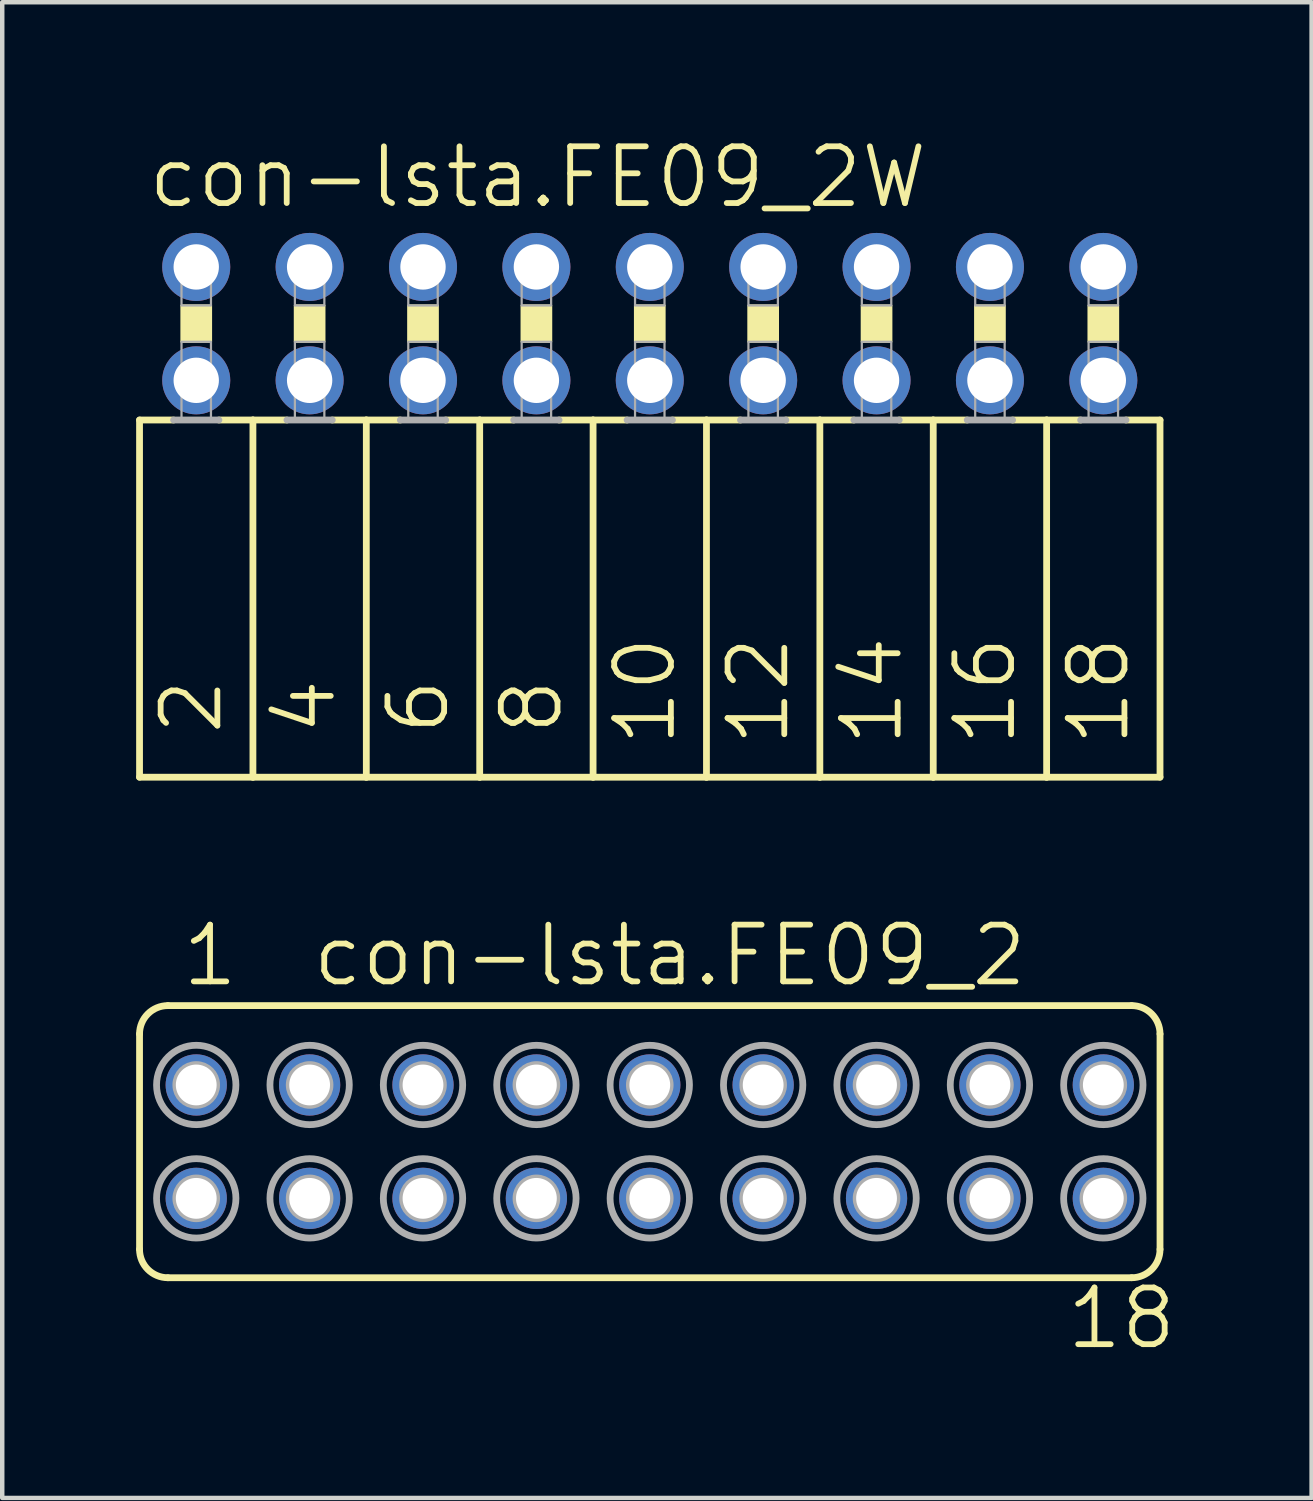
<source format=kicad_pcb>
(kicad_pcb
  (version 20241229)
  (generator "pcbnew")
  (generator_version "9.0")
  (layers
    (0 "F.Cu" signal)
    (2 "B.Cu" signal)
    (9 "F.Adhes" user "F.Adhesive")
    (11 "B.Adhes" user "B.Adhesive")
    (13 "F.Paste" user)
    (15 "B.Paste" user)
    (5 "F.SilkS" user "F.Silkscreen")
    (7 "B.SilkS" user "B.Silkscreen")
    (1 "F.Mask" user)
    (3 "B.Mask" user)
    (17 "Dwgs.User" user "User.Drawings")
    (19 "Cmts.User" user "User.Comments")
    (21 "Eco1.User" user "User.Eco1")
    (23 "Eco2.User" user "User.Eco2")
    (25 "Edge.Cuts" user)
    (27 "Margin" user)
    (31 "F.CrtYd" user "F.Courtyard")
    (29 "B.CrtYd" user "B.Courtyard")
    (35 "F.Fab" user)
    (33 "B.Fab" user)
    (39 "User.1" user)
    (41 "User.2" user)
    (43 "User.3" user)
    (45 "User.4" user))
  (footprint "con-lsta.FE09_2W"
    (layer "F.Cu")
    (at 11.506 4.2)
    (property "Reference" "con-lsta.FE09_2W" (at -11.303 -2.54 0) (layer "F.SilkS") (effects (font (size 1.27 1.27) (thickness 0.13)) (justify left bottom)))
    (attr through_hole)
    (fp_line (start -11.43 2.159) (end -11.43 10.16) (stroke (width 0.152) (type default)) (layer "F.SilkS"))
    (fp_line (start -11.43 2.159) (end -10.668 2.159) (stroke (width 0.152) (type default)) (layer "F.SilkS"))
    (fp_line (start -9.652 2.159) (end -8.89 2.159) (stroke (width 0.152) (type default)) (layer "F.SilkS"))
    (fp_line (start -8.89 2.159) (end -8.89 10.16) (stroke (width 0.152) (type default)) (layer "F.SilkS"))
    (fp_line (start -8.89 2.159) (end -8.128 2.159) (stroke (width 0.152) (type default)) (layer "F.SilkS"))
    (fp_line (start -8.89 10.16) (end -11.43 10.16) (stroke (width 0.152) (type default)) (layer "F.SilkS"))
    (fp_line (start -7.112 2.159) (end -6.35 2.159) (stroke (width 0.152) (type default)) (layer "F.SilkS"))
    (fp_line (start -6.35 2.159) (end -6.35 10.16) (stroke (width 0.152) (type default)) (layer "F.SilkS"))
    (fp_line (start -6.35 2.159) (end -5.588 2.159) (stroke (width 0.152) (type default)) (layer "F.SilkS"))
    (fp_line (start -6.35 10.16) (end -8.89 10.16) (stroke (width 0.152) (type default)) (layer "F.SilkS"))
    (fp_line (start -4.572 2.159) (end -3.81 2.159) (stroke (width 0.152) (type default)) (layer "F.SilkS"))
    (fp_line (start -3.81 2.159) (end -3.81 10.16) (stroke (width 0.152) (type default)) (layer "F.SilkS"))
    (fp_line (start -3.81 10.16) (end -6.35 10.16) (stroke (width 0.152) (type default)) (layer "F.SilkS"))
    (fp_line (start -3.048 2.159) (end -3.81 2.159) (stroke (width 0.152) (type default)) (layer "F.SilkS"))
    (fp_line (start -1.27 2.159) (end -2.032 2.159) (stroke (width 0.152) (type default)) (layer "F.SilkS"))
    (fp_line (start -1.27 2.159) (end -1.27 10.16) (stroke (width 0.152) (type default)) (layer "F.SilkS"))
    (fp_line (start -1.27 2.159) (end -0.508 2.159) (stroke (width 0.152) (type default)) (layer "F.SilkS"))
    (fp_line (start -1.27 10.16) (end -3.81 10.16) (stroke (width 0.152) (type default)) (layer "F.SilkS"))
    (fp_line (start 0.508 2.159) (end 1.27 2.159) (stroke (width 0.152) (type default)) (layer "F.SilkS"))
    (fp_line (start 1.27 2.159) (end 1.27 10.16) (stroke (width 0.152) (type default)) (layer "F.SilkS"))
    (fp_line (start 1.27 2.159) (end 2.032 2.159) (stroke (width 0.152) (type default)) (layer "F.SilkS"))
    (fp_line (start 1.27 10.16) (end -1.27 10.16) (stroke (width 0.152) (type default)) (layer "F.SilkS"))
    (fp_line (start 3.048 2.159) (end 3.81 2.159) (stroke (width 0.152) (type default)) (layer "F.SilkS"))
    (fp_line (start 3.81 2.159) (end 3.81 10.16) (stroke (width 0.152) (type default)) (layer "F.SilkS"))
    (fp_line (start 3.81 2.159) (end 4.572 2.159) (stroke (width 0.152) (type default)) (layer "F.SilkS"))
    (fp_line (start 3.81 10.16) (end 1.27 10.16) (stroke (width 0.152) (type default)) (layer "F.SilkS"))
    (fp_line (start 5.588 2.159) (end 6.35 2.159) (stroke (width 0.152) (type default)) (layer "F.SilkS"))
    (fp_line (start 6.35 2.159) (end 6.35 10.16) (stroke (width 0.152) (type default)) (layer "F.SilkS"))
    (fp_line (start 6.35 2.159) (end 7.112 2.159) (stroke (width 0.152) (type default)) (layer "F.SilkS"))
    (fp_line (start 6.35 10.16) (end 3.81 10.16) (stroke (width 0.152) (type default)) (layer "F.SilkS"))
    (fp_line (start 8.128 2.159) (end 8.89 2.159) (stroke (width 0.152) (type default)) (layer "F.SilkS"))
    (fp_line (start 8.89 2.159) (end 8.89 10.16) (stroke (width 0.152) (type default)) (layer "F.SilkS"))
    (fp_line (start 8.89 2.159) (end 9.652 2.159) (stroke (width 0.152) (type default)) (layer "F.SilkS"))
    (fp_line (start 8.89 10.16) (end 6.35 10.16) (stroke (width 0.152) (type default)) (layer "F.SilkS"))
    (fp_line (start 10.668 2.159) (end 11.43 2.159) (stroke (width 0.152) (type default)) (layer "F.SilkS"))
    (fp_line (start 11.43 2.159) (end 11.43 10.16) (stroke (width 0.152) (type default)) (layer "F.SilkS"))
    (fp_line (start 11.43 10.16) (end 8.89 10.16) (stroke (width 0.152) (type default)) (layer "F.SilkS"))
    (fp_rect (start -10.49 0.406) (end -9.83 -0.406) (stroke (width 0.05) (type default)) (fill yes) (layer "F.SilkS"))
    (fp_rect (start -7.95 0.406) (end -7.29 -0.406) (stroke (width 0.05) (type default)) (fill yes) (layer "F.SilkS"))
    (fp_rect (start -5.41 0.406) (end -4.75 -0.406) (stroke (width 0.05) (type default)) (fill yes) (layer "F.SilkS"))
    (fp_rect (start -2.87 0.406) (end -2.21 -0.406) (stroke (width 0.05) (type default)) (fill yes) (layer "F.SilkS"))
    (fp_rect (start -0.33 0.406) (end 0.33 -0.406) (stroke (width 0.05) (type default)) (fill yes) (layer "F.SilkS"))
    (fp_rect (start 2.21 0.406) (end 2.87 -0.406) (stroke (width 0.05) (type default)) (fill yes) (layer "F.SilkS"))
    (fp_rect (start 4.75 0.406) (end 5.41 -0.406) (stroke (width 0.05) (type default)) (fill yes) (layer "F.SilkS"))
    (fp_rect (start 7.29 0.406) (end 7.95 -0.406) (stroke (width 0.05) (type default)) (fill yes) (layer "F.SilkS"))
    (fp_rect (start 9.83 0.406) (end 10.49 -0.406) (stroke (width 0.05) (type default)) (fill yes) (layer "F.SilkS"))
    (fp_line (start -10.668 2.159) (end -9.652 2.159) (stroke (width 0.152) (type default)) (layer "F.Fab"))
    (fp_line (start -8.128 2.159) (end -7.112 2.159) (stroke (width 0.152) (type default)) (layer "F.Fab"))
    (fp_line (start -5.588 2.159) (end -4.572 2.159) (stroke (width 0.152) (type default)) (layer "F.Fab"))
    (fp_line (start -2.032 2.159) (end -3.048 2.159) (stroke (width 0.152) (type default)) (layer "F.Fab"))
    (fp_line (start -0.508 2.159) (end 0.508 2.159) (stroke (width 0.152) (type default)) (layer "F.Fab"))
    (fp_line (start 2.032 2.159) (end 3.048 2.159) (stroke (width 0.152) (type default)) (layer "F.Fab"))
    (fp_line (start 4.572 2.159) (end 5.588 2.159) (stroke (width 0.152) (type default)) (layer "F.Fab"))
    (fp_line (start 7.112 2.159) (end 8.128 2.159) (stroke (width 0.152) (type default)) (layer "F.Fab"))
    (fp_line (start 9.652 2.159) (end 10.668 2.159) (stroke (width 0.152) (type default)) (layer "F.Fab"))
    (fp_rect (start -10.49 -0.406) (end -9.83 -1.575) (stroke (width 0.05) (type default)) (fill no) (layer "F.Fab"))
    (fp_rect (start -10.49 2.134) (end -9.83 0.406) (stroke (width 0.05) (type default)) (fill no) (layer "F.Fab"))
    (fp_rect (start -7.95 -0.406) (end -7.29 -1.575) (stroke (width 0.05) (type default)) (fill no) (layer "F.Fab"))
    (fp_rect (start -7.95 2.134) (end -7.29 0.406) (stroke (width 0.05) (type default)) (fill no) (layer "F.Fab"))
    (fp_rect (start -5.41 -0.406) (end -4.75 -1.575) (stroke (width 0.05) (type default)) (fill no) (layer "F.Fab"))
    (fp_rect (start -5.41 2.134) (end -4.75 0.406) (stroke (width 0.05) (type default)) (fill no) (layer "F.Fab"))
    (fp_rect (start -2.87 -0.406) (end -2.21 -1.575) (stroke (width 0.05) (type default)) (fill no) (layer "F.Fab"))
    (fp_rect (start -2.87 2.134) (end -2.21 0.406) (stroke (width 0.05) (type default)) (fill no) (layer "F.Fab"))
    (fp_rect (start -0.33 -0.406) (end 0.33 -1.575) (stroke (width 0.05) (type default)) (fill no) (layer "F.Fab"))
    (fp_rect (start -0.33 2.134) (end 0.33 0.406) (stroke (width 0.05) (type default)) (fill no) (layer "F.Fab"))
    (fp_rect (start 2.21 -0.406) (end 2.87 -1.575) (stroke (width 0.05) (type default)) (fill no) (layer "F.Fab"))
    (fp_rect (start 2.21 2.134) (end 2.87 0.406) (stroke (width 0.05) (type default)) (fill no) (layer "F.Fab"))
    (fp_rect (start 4.75 -0.406) (end 5.41 -1.575) (stroke (width 0.05) (type default)) (fill no) (layer "F.Fab"))
    (fp_rect (start 4.75 2.134) (end 5.41 0.406) (stroke (width 0.05) (type default)) (fill no) (layer "F.Fab"))
    (fp_rect (start 7.29 -0.406) (end 7.95 -1.575) (stroke (width 0.05) (type default)) (fill no) (layer "F.Fab"))
    (fp_rect (start 7.29 2.134) (end 7.95 0.406) (stroke (width 0.05) (type default)) (fill no) (layer "F.Fab"))
    (fp_rect (start 9.83 -0.406) (end 10.49 -1.575) (stroke (width 0.05) (type default)) (fill no) (layer "F.Fab"))
    (fp_rect (start 9.83 2.134) (end 10.49 0.406) (stroke (width 0.05) (type default)) (fill no) (layer "F.Fab"))
    (fp_text user "8" (at -1.905 9.271 90) (layer "F.SilkS") (effects (font (size 1.27 1.27) (thickness 0.13)) (justify left bottom)))
    (fp_text user "10" (at 0.635 9.525 90) (layer "F.SilkS") (effects (font (size 1.27 1.27) (thickness 0.13)) (justify left bottom)))
    (fp_text user "6" (at -4.445 9.271 90) (layer "F.SilkS") (effects (font (size 1.27 1.27) (thickness 0.13)) (justify left bottom)))
    (fp_text user "18" (at 10.795 9.525 90) (layer "F.SilkS") (effects (font (size 1.27 1.27) (thickness 0.13)) (justify left bottom)))
    (fp_text user "4" (at -6.985 9.271 90) (layer "F.SilkS") (effects (font (size 1.27 1.27) (thickness 0.13)) (justify left bottom)))
    (fp_text user "12" (at 3.175 9.525 90) (layer "F.SilkS") (effects (font (size 1.27 1.27) (thickness 0.13)) (justify left bottom)))
    (fp_text user "2" (at -9.525 9.271 90) (layer "F.SilkS") (effects (font (size 1.27 1.27) (thickness 0.13)) (justify left bottom)))
    (fp_text user "16" (at 8.255 9.525 90) (layer "F.SilkS") (effects (font (size 1.27 1.27) (thickness 0.13)) (justify left bottom)))
    (fp_text user "14" (at 5.715 9.525 90) (layer "F.SilkS") (effects (font (size 1.27 1.27) (thickness 0.13)) (justify left bottom)))
    (pad "1" thru_hole circle (at -10.16 -1.27) (size 1.524 1.524) (drill 1.016) (layers "*.Cu" "*.Mask"))
    (pad "2" thru_hole circle (at -10.16 1.27) (size 1.524 1.524) (drill 1.016) (layers "*.Cu" "*.Mask"))
    (pad "3" thru_hole circle (at -7.62 -1.27) (size 1.524 1.524) (drill 1.016) (layers "*.Cu" "*.Mask"))
    (pad "4" thru_hole circle (at -7.62 1.27) (size 1.524 1.524) (drill 1.016) (layers "*.Cu" "*.Mask"))
    (pad "5" thru_hole circle (at -5.08 -1.27) (size 1.524 1.524) (drill 1.016) (layers "*.Cu" "*.Mask"))
    (pad "6" thru_hole circle (at -5.08 1.27) (size 1.524 1.524) (drill 1.016) (layers "*.Cu" "*.Mask"))
    (pad "7" thru_hole circle (at -2.54 -1.27) (size 1.524 1.524) (drill 1.016) (layers "*.Cu" "*.Mask"))
    (pad "8" thru_hole circle (at -2.54 1.27) (size 1.524 1.524) (drill 1.016) (layers "*.Cu" "*.Mask"))
    (pad "9" thru_hole circle (at 0 -1.27) (size 1.524 1.524) (drill 1.016) (layers "*.Cu" "*.Mask"))
    (pad "10" thru_hole circle (at 0 1.27) (size 1.524 1.524) (drill 1.016) (layers "*.Cu" "*.Mask"))
    (pad "11" thru_hole circle (at 2.54 -1.27) (size 1.524 1.524) (drill 1.016) (layers "*.Cu" "*.Mask"))
    (pad "12" thru_hole circle (at 2.54 1.27) (size 1.524 1.524) (drill 1.016) (layers "*.Cu" "*.Mask"))
    (pad "13" thru_hole circle (at 5.08 -1.27) (size 1.524 1.524) (drill 1.016) (layers "*.Cu" "*.Mask"))
    (pad "14" thru_hole circle (at 5.08 1.27) (size 1.524 1.524) (drill 1.016) (layers "*.Cu" "*.Mask"))
    (pad "15" thru_hole circle (at 7.62 -1.27) (size 1.524 1.524) (drill 1.016) (layers "*.Cu" "*.Mask"))
    (pad "16" thru_hole circle (at 7.62 1.27) (size 1.524 1.524) (drill 1.016) (layers "*.Cu" "*.Mask"))
    (pad "17" thru_hole circle (at 10.16 -1.27) (size 1.524 1.524) (drill 1.016) (layers "*.Cu" "*.Mask"))
    (pad "18" thru_hole circle (at 10.16 1.27) (size 1.524 1.524) (drill 1.016) (layers "*.Cu" "*.Mask")))
  (footprint "con-lsta.FE09_2"
    (layer "F.Cu")
    (at 11.506 22.525)
    (property "Reference" "con-lsta.FE09_2" (at -7.62 -3.429 0) (layer "F.SilkS") (effects (font (size 1.27 1.27) (thickness 0.13)) (justify left bottom)))
    (attr through_hole)
    (fp_line (start -11.43 2.413) (end -11.43 -2.413) (stroke (width 0.152) (type default)) (layer "F.SilkS"))
    (fp_line (start -10.795 -3.048) (end 10.795 -3.048) (stroke (width 0.152) (type default)) (layer "F.SilkS"))
    (fp_line (start -10.795 3.048) (end 10.795 3.048) (stroke (width 0.152) (type default)) (layer "F.SilkS"))
    (fp_line (start 11.43 2.413) (end 11.43 -2.413) (stroke (width 0.152) (type default)) (layer "F.SilkS"))
    (fp_arc (start -11.43 -2.413) (mid -11.244013 -2.862013) (end -10.795 -3.048) (stroke (width 0.1524) (type default)) (layer "F.SilkS"))
    (fp_arc (start -10.795 3.048) (mid -11.244013 2.862013) (end -11.43 2.413) (stroke (width 0.1524) (type default)) (layer "F.SilkS"))
    (fp_arc (start 10.795 -3.048) (mid 11.244013 -2.862013) (end 11.43 -2.413) (stroke (width 0.1524) (type default)) (layer "F.SilkS"))
    (fp_arc (start 11.43 2.413) (mid 11.244013 2.862013) (end 10.795 3.048) (stroke (width 0.1524) (type default)) (layer "F.SilkS"))
    (fp_circle (center -10.16 -1.27) (end -10.033 -1.27) (stroke (width 0.406) (type default)) (fill no) (layer "F.Fab"))
    (fp_circle (center -10.16 -1.27) (end -9.271 -1.27) (stroke (width 0.152) (type default)) (fill no) (layer "F.Fab"))
    (fp_circle (center -10.16 1.27) (end -10.033 1.27) (stroke (width 0.406) (type default)) (fill no) (layer "F.Fab"))
    (fp_circle (center -10.16 1.27) (end -9.271 1.27) (stroke (width 0.152) (type default)) (fill no) (layer "F.Fab"))
    (fp_circle (center -7.62 -1.27) (end -7.493 -1.27) (stroke (width 0.406) (type default)) (fill no) (layer "F.Fab"))
    (fp_circle (center -7.62 -1.27) (end -6.731 -1.27) (stroke (width 0.152) (type default)) (fill no) (layer "F.Fab"))
    (fp_circle (center -7.62 1.27) (end -7.493 1.27) (stroke (width 0.406) (type default)) (fill no) (layer "F.Fab"))
    (fp_circle (center -7.62 1.27) (end -6.731 1.27) (stroke (width 0.152) (type default)) (fill no) (layer "F.Fab"))
    (fp_circle (center -5.08 -1.27) (end -4.953 -1.27) (stroke (width 0.406) (type default)) (fill no) (layer "F.Fab"))
    (fp_circle (center -5.08 -1.27) (end -4.191 -1.27) (stroke (width 0.152) (type default)) (fill no) (layer "F.Fab"))
    (fp_circle (center -5.08 1.27) (end -4.953 1.27) (stroke (width 0.406) (type default)) (fill no) (layer "F.Fab"))
    (fp_circle (center -5.08 1.27) (end -4.191 1.27) (stroke (width 0.152) (type default)) (fill no) (layer "F.Fab"))
    (fp_circle (center -2.54 -1.27) (end -2.413 -1.27) (stroke (width 0.406) (type default)) (fill no) (layer "F.Fab"))
    (fp_circle (center -2.54 -1.27) (end -1.651 -1.27) (stroke (width 0.152) (type default)) (fill no) (layer "F.Fab"))
    (fp_circle (center -2.54 1.27) (end -2.413 1.27) (stroke (width 0.406) (type default)) (fill no) (layer "F.Fab"))
    (fp_circle (center -2.54 1.27) (end -1.651 1.27) (stroke (width 0.152) (type default)) (fill no) (layer "F.Fab"))
    (fp_circle (center 0 -1.27) (end 0.127 -1.27) (stroke (width 0.406) (type default)) (fill no) (layer "F.Fab"))
    (fp_circle (center 0 -1.27) (end 0.889 -1.27) (stroke (width 0.152) (type default)) (fill no) (layer "F.Fab"))
    (fp_circle (center 0 1.27) (end 0.127 1.27) (stroke (width 0.406) (type default)) (fill no) (layer "F.Fab"))
    (fp_circle (center 0 1.27) (end 0.889 1.27) (stroke (width 0.152) (type default)) (fill no) (layer "F.Fab"))
    (fp_circle (center 2.54 -1.27) (end 2.667 -1.27) (stroke (width 0.406) (type default)) (fill no) (layer "F.Fab"))
    (fp_circle (center 2.54 -1.27) (end 3.429 -1.27) (stroke (width 0.152) (type default)) (fill no) (layer "F.Fab"))
    (fp_circle (center 2.54 1.27) (end 2.667 1.27) (stroke (width 0.406) (type default)) (fill no) (layer "F.Fab"))
    (fp_circle (center 2.54 1.27) (end 3.429 1.27) (stroke (width 0.152) (type default)) (fill no) (layer "F.Fab"))
    (fp_circle (center 5.08 -1.27) (end 5.207 -1.27) (stroke (width 0.406) (type default)) (fill no) (layer "F.Fab"))
    (fp_circle (center 5.08 -1.27) (end 5.969 -1.27) (stroke (width 0.152) (type default)) (fill no) (layer "F.Fab"))
    (fp_circle (center 5.08 1.27) (end 5.207 1.27) (stroke (width 0.406) (type default)) (fill no) (layer "F.Fab"))
    (fp_circle (center 5.08 1.27) (end 5.969 1.27) (stroke (width 0.152) (type default)) (fill no) (layer "F.Fab"))
    (fp_circle (center 7.62 -1.27) (end 7.747 -1.27) (stroke (width 0.406) (type default)) (fill no) (layer "F.Fab"))
    (fp_circle (center 7.62 -1.27) (end 8.509 -1.27) (stroke (width 0.152) (type default)) (fill no) (layer "F.Fab"))
    (fp_circle (center 7.62 1.27) (end 7.747 1.27) (stroke (width 0.406) (type default)) (fill no) (layer "F.Fab"))
    (fp_circle (center 7.62 1.27) (end 8.509 1.27) (stroke (width 0.152) (type default)) (fill no) (layer "F.Fab"))
    (fp_circle (center 10.16 -1.27) (end 10.287 -1.27) (stroke (width 0.406) (type default)) (fill no) (layer "F.Fab"))
    (fp_circle (center 10.16 -1.27) (end 11.049 -1.27) (stroke (width 0.152) (type default)) (fill no) (layer "F.Fab"))
    (fp_circle (center 10.16 1.27) (end 10.287 1.27) (stroke (width 0.406) (type default)) (fill no) (layer "F.Fab"))
    (fp_circle (center 10.16 1.27) (end 11.049 1.27) (stroke (width 0.152) (type default)) (fill no) (layer "F.Fab"))
    (fp_text user "1" (at -10.541 -3.429 0) (layer "F.SilkS") (effects (font (size 1.27 1.27) (thickness 0.13)) (justify left bottom)))
    (fp_text user "18" (at 9.271 4.699 0) (layer "F.SilkS") (effects (font (size 1.27 1.27) (thickness 0.13)) (justify left bottom)))
    (pad "1" thru_hole circle (at -10.16 -1.27) (size 1.372 1.372) (drill 0.914) (layers "*.Cu" "*.Mask"))
    (pad "2" thru_hole circle (at -10.16 1.27) (size 1.372 1.372) (drill 0.914) (layers "*.Cu" "*.Mask"))
    (pad "3" thru_hole circle (at -7.62 -1.27) (size 1.372 1.372) (drill 0.914) (layers "*.Cu" "*.Mask"))
    (pad "4" thru_hole circle (at -7.62 1.27) (size 1.372 1.372) (drill 0.914) (layers "*.Cu" "*.Mask"))
    (pad "5" thru_hole circle (at -5.08 -1.27) (size 1.372 1.372) (drill 0.914) (layers "*.Cu" "*.Mask"))
    (pad "6" thru_hole circle (at -5.08 1.27) (size 1.372 1.372) (drill 0.914) (layers "*.Cu" "*.Mask"))
    (pad "7" thru_hole circle (at -2.54 -1.27) (size 1.372 1.372) (drill 0.914) (layers "*.Cu" "*.Mask"))
    (pad "8" thru_hole circle (at -2.54 1.27) (size 1.372 1.372) (drill 0.914) (layers "*.Cu" "*.Mask"))
    (pad "9" thru_hole circle (at 0 -1.27) (size 1.372 1.372) (drill 0.914) (layers "*.Cu" "*.Mask"))
    (pad "10" thru_hole circle (at 0 1.27) (size 1.372 1.372) (drill 0.914) (layers "*.Cu" "*.Mask"))
    (pad "11" thru_hole circle (at 2.54 -1.27) (size 1.372 1.372) (drill 0.914) (layers "*.Cu" "*.Mask"))
    (pad "12" thru_hole circle (at 2.54 1.27) (size 1.372 1.372) (drill 0.914) (layers "*.Cu" "*.Mask"))
    (pad "13" thru_hole circle (at 5.08 -1.27) (size 1.372 1.372) (drill 0.914) (layers "*.Cu" "*.Mask"))
    (pad "14" thru_hole circle (at 5.08 1.27) (size 1.372 1.372) (drill 0.914) (layers "*.Cu" "*.Mask"))
    (pad "15" thru_hole circle (at 7.62 -1.27) (size 1.372 1.372) (drill 0.914) (layers "*.Cu" "*.Mask"))
    (pad "16" thru_hole circle (at 7.62 1.27) (size 1.372 1.372) (drill 0.914) (layers "*.Cu" "*.Mask"))
    (pad "17" thru_hole circle (at 10.16 -1.27) (size 1.372 1.372) (drill 0.914) (layers "*.Cu" "*.Mask"))
    (pad "18" thru_hole circle (at 10.16 1.27) (size 1.372 1.372) (drill 0.914) (layers "*.Cu" "*.Mask")))
  (gr_rect
    (start -3 -3)
    (end 26.332 30.506)
    (stroke (width 0.1) (type default))
    (fill no)
    (layer "Edge.Cuts")))
</source>
